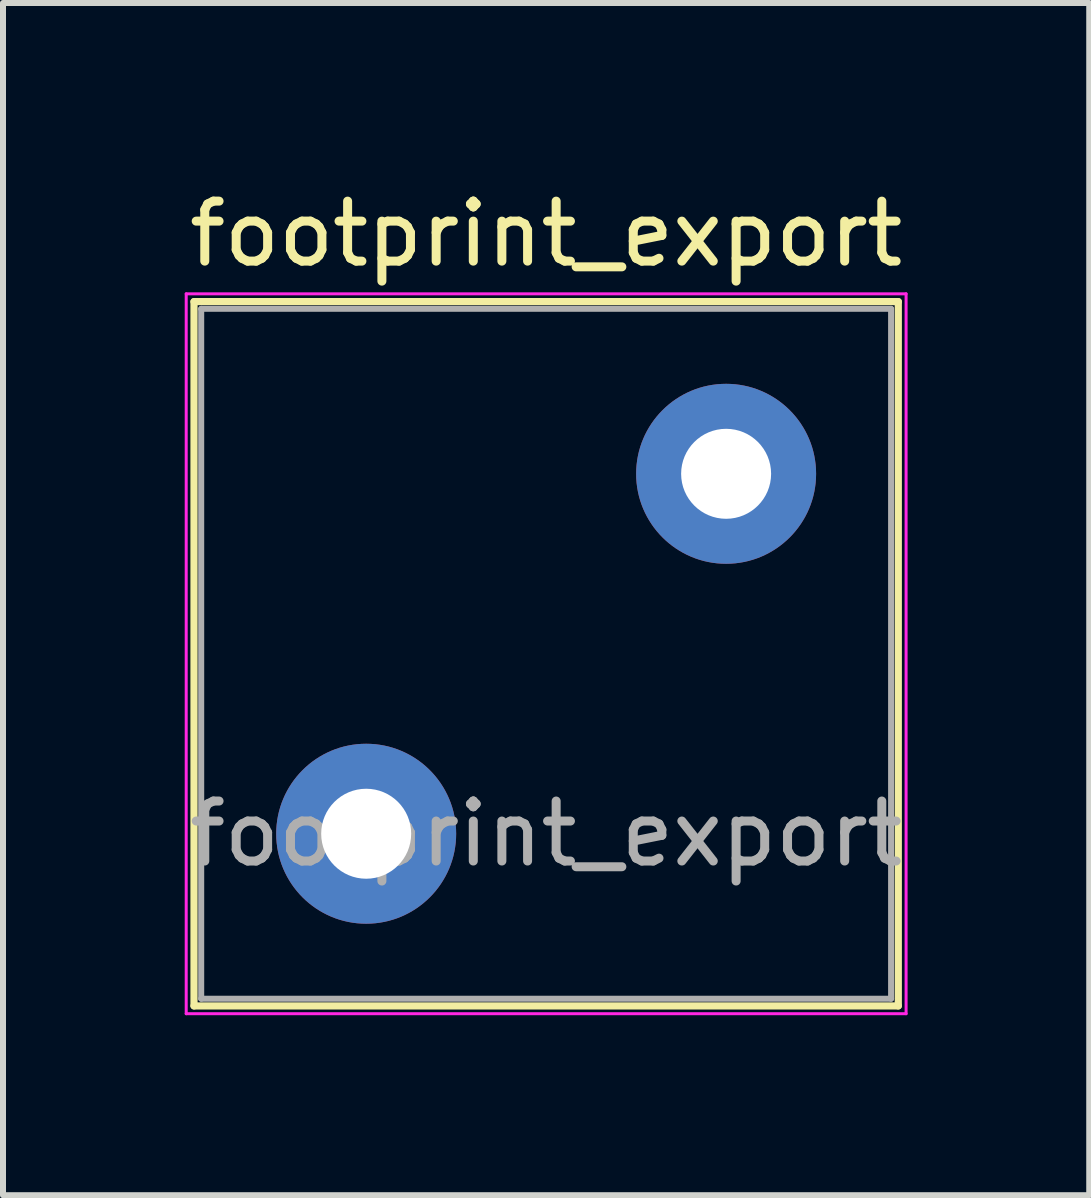
<source format=kicad_pcb>
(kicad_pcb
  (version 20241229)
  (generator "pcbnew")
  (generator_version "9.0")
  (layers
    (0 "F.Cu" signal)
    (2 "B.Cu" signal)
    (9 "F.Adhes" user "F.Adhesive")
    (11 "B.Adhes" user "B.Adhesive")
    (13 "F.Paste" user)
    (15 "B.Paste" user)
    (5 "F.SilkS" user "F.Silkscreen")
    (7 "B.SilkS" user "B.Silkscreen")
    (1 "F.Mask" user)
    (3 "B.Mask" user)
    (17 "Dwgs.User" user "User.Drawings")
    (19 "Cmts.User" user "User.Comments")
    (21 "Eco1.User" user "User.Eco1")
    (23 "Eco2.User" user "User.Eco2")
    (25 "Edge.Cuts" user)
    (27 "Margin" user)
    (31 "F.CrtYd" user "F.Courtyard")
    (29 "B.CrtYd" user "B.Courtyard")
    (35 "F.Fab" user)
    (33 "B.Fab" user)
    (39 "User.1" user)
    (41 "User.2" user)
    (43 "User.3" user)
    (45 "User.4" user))
  (footprint "footprint_export"
    (layer "F.Cu")
    (at 3.054 10.848)
    (property "Reference" "footprint_export" (at 3 -10 0) (layer "F.SilkS") (effects (font (size 1 1) (thickness 0.15))))
    (attr through_hole)
    (fp_line (start -2.87 -8.87) (end -2.87 2.87) (stroke (width 0.12) (type solid)) (layer "F.SilkS"))
    (fp_line (start -2.87 -8.87) (end 8.87 -8.87) (stroke (width 0.12) (type solid)) (layer "F.SilkS"))
    (fp_line (start -2.87 2.87) (end 8.87 2.87) (stroke (width 0.12) (type solid)) (layer "F.SilkS"))
    (fp_line (start 8.87 -8.87) (end 8.87 2.87) (stroke (width 0.12) (type solid)) (layer "F.SilkS"))
    (fp_line (start -3 -9) (end -3 3) (stroke (width 0.05) (type solid)) (layer "F.CrtYd"))
    (fp_line (start -3 3) (end 9 3) (stroke (width 0.05) (type solid)) (layer "F.CrtYd"))
    (fp_line (start 9 -9) (end -3 -9) (stroke (width 0.05) (type solid)) (layer "F.CrtYd"))
    (fp_line (start 9 3) (end 9 -9) (stroke (width 0.05) (type solid)) (layer "F.CrtYd"))
    (fp_line (start -2.75 -8.75) (end -2.75 2.75) (stroke (width 0.1) (type solid)) (layer "F.Fab"))
    (fp_line (start -2.75 2.75) (end 8.75 2.75) (stroke (width 0.1) (type solid)) (layer "F.Fab"))
    (fp_line (start 8.75 -8.75) (end -2.75 -8.75) (stroke (width 0.1) (type solid)) (layer "F.Fab"))
    (fp_line (start 8.75 2.75) (end 8.75 -8.75) (stroke (width 0.1) (type solid)) (layer "F.Fab"))
    (fp_text user "${REFERENCE}" (at 3 0 0) (layer "F.Fab") (effects (font (size 1 1) (thickness 0.15))))
    (pad "1" thru_hole circle (at 0 0) (size 3 3) (drill 1.5) (layers "*.Cu" "*.Mask"))
    (pad "2" thru_hole circle (at 6 -6) (size 3 3) (drill 1.5) (layers "*.Cu" "*.Mask")))
  (gr_rect
    (start -3 -3)
    (end 15.107 16.873)
    (stroke (width 0.1) (type default))
    (fill no)
    (layer "Edge.Cuts")))
</source>
